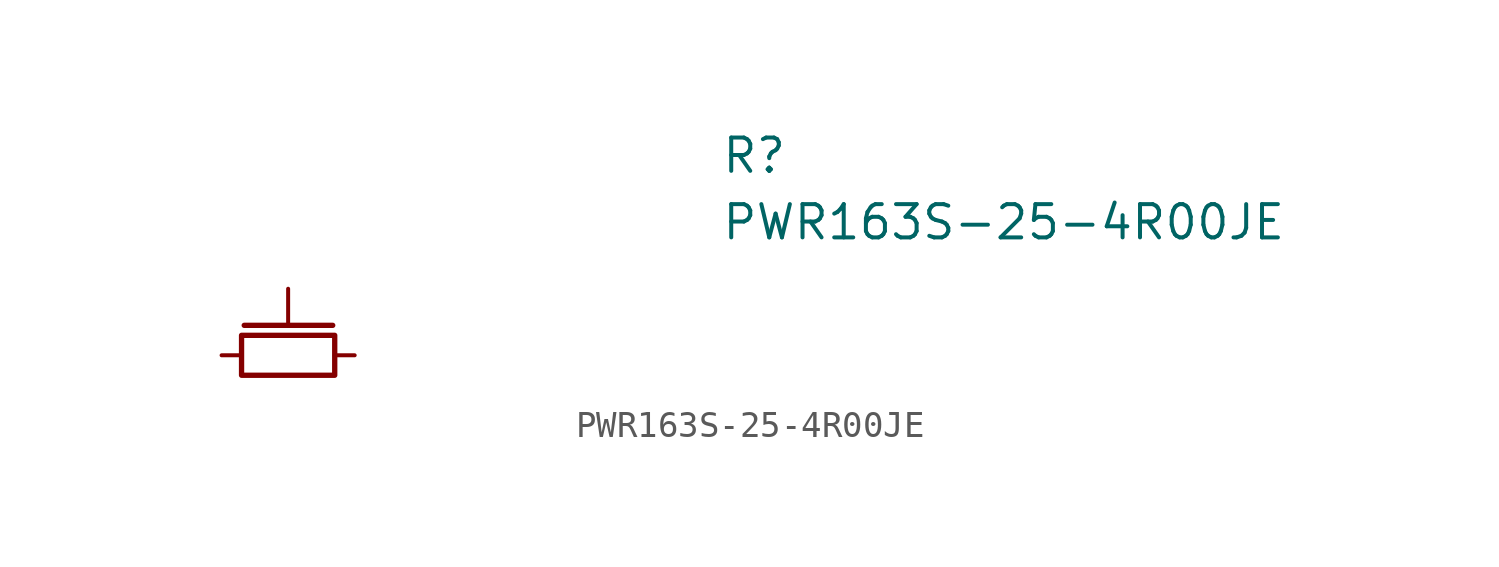
<source format=kicad_sym>
(kicad_symbol_lib
  (version 20220914)
  (generator kicad_symbol_editor)
  (symbol "PWR163S-25-4R00JE"
    (pin_numbers hide)
    (pin_names
      (offset 0.762) hide)
    (property "Reference" "R"
      (at 16.51 7.62 0)
      (effects (font (size 1.27 1.27)) (justify left)))
    (property "Value" "PWR163S-25-4R00JE"
      (at 16.51 5.08 0)
      (effects (font (size 1.27 1.27)) (justify left)))
    (symbol "PWR163S-25-4R00JE_1_0"
      (pin passive line (at 0 2.54 270) (length 1.3) (name "3" (effects (font (size 1.27 1.27)))) (number "3" (effects (font (size 1.27 1.27))))))
    (symbol "PWR163S-25-4R00JE_1_1"
      (rectangle (start -1.778 0.762) (end 1.778 -0.762) (stroke (width 0.203) (type default)) (fill (type none)))
      (polyline (pts (xy -1.676 1.143) (xy 1.702 1.143)) (stroke (width 0.203) (type default)) (fill (type none)))
      (pin passive line (at -2.54 0 0) (length 0.762) (name "~" (effects (font (size 1.27 1.27)))) (number "1" (effects (font (size 1.27 1.27)))))
      (pin passive line (at 2.54 0 180) (length 0.762) (name "~" (effects (font (size 1.27 1.27)))) (number "2" (effects (font (size 1.27 1.27))))))))
</source>
